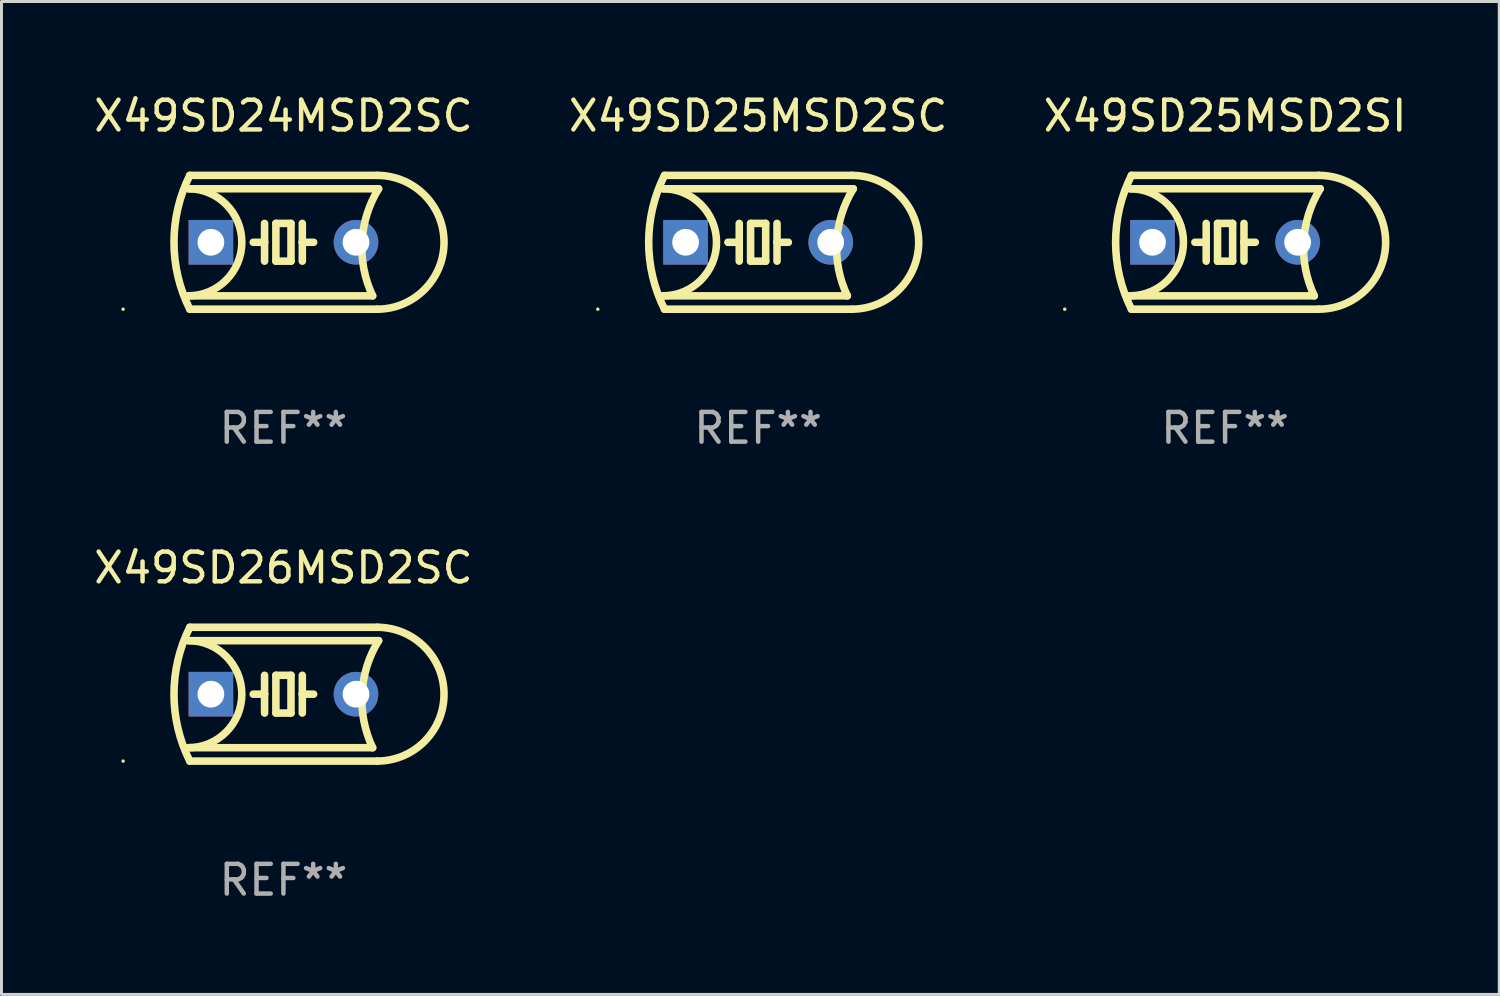
<source format=kicad_pcb>
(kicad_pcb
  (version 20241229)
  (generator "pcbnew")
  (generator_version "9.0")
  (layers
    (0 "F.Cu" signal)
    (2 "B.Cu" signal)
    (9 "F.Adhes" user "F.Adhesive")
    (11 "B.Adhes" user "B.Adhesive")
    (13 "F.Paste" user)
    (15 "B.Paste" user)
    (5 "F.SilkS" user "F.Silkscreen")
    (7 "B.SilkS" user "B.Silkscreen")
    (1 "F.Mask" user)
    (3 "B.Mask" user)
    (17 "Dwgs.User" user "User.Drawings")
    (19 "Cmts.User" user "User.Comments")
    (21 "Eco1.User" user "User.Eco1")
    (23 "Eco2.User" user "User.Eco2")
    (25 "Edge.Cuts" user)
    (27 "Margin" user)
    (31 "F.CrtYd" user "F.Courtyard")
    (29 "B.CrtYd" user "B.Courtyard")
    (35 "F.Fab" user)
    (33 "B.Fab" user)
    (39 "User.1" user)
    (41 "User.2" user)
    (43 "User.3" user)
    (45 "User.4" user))
  (footprint "X49SD26MSD2SC"
    (layer "F.Cu")
    (at 6.482 20.295)
    (property "Reference" "X49SD26MSD2SC" (at 0 -4.25 0) (layer "F.SilkS") (effects (font (size 1 1) (thickness 0.15))))
    (attr through_hole)
    (fp_line (start -3.2 -1.8) (end 3.2 -1.8) (stroke (width 0.254) (type solid)) (layer "F.SilkS"))
    (fp_line (start -3.15 2.25) (end 3.15 2.25) (stroke (width 0.254) (type solid)) (layer "F.SilkS"))
    (fp_line (start -0.635 -0.635) (end -0.635 0) (stroke (width 0.254) (type solid)) (layer "F.SilkS"))
    (fp_line (start -0.635 0) (end -1.016 0) (stroke (width 0.254) (type solid)) (layer "F.SilkS"))
    (fp_line (start -0.635 0) (end -0.635 0.635) (stroke (width 0.254) (type solid)) (layer "F.SilkS"))
    (fp_line (start -0.254 -0.635) (end -0.254 0.635) (stroke (width 0.254) (type solid)) (layer "F.SilkS"))
    (fp_line (start -0.254 0.635) (end 0.254 0.635) (stroke (width 0.254) (type solid)) (layer "F.SilkS"))
    (fp_line (start 0.254 -0.635) (end -0.254 -0.635) (stroke (width 0.254) (type solid)) (layer "F.SilkS"))
    (fp_line (start 0.254 0.635) (end 0.254 -0.635) (stroke (width 0.254) (type solid)) (layer "F.SilkS"))
    (fp_line (start 0.635 -0.635) (end 0.635 0) (stroke (width 0.254) (type solid)) (layer "F.SilkS"))
    (fp_line (start 0.635 0) (end 0.635 0.635) (stroke (width 0.254) (type solid)) (layer "F.SilkS"))
    (fp_line (start 0.635 0) (end 1.016 0) (stroke (width 0.254) (type solid)) (layer "F.SilkS"))
    (fp_line (start 3 1.8) (end -3.2 1.8) (stroke (width 0.254) (type solid)) (layer "F.SilkS"))
    (fp_line (start 3.15 -2.25) (end -3.15 -2.25) (stroke (width 0.254) (type solid)) (layer "F.SilkS"))
    (fp_arc (start -3.200406 -1.800864) (mid -1.399974 -0.000635) (end -3.2 1.8) (stroke (width 0.254001) (type solid)) (layer "F.SilkS"))
    (fp_arc (start -3.149606 2.250444) (mid -3.680941 0.000261) (end -3.149987 -2.250013) (stroke (width 0.254001) (type solid)) (layer "F.SilkS"))
    (fp_arc (start 2.999746 1.800863) (mid 2.642982 -0.024977) (end 3.2 -1.8) (stroke (width 0.254001) (type solid)) (layer "F.SilkS"))
    (fp_arc (start 3.149607 -2.250445) (mid 5.399848 -0.000406) (end 3.149987 2.250013) (stroke (width 0.254001) (type solid)) (layer "F.SilkS"))
    (fp_circle (center -5.392 2.25) (end -5.362 2.25) (stroke (width 0.06) (type solid)) (fill no) (layer "F.SilkS"))
    (fp_text user "REF**" (at 0 6.25 0) (layer "F.Fab") (effects (font (size 1 1) (thickness 0.15))))
    (pad "1" thru_hole rect (at -2.44 0) (size 1.5 1.5) (drill 0.9) (layers "*.Cu" "*.Mask"))
    (pad "2" thru_hole circle (at 2.44 0) (size 1.5 1.5) (drill 0.9) (layers "*.Cu" "*.Mask")))
  (footprint "X49SD25MSD2SI"
    (layer "F.Cu")
    (at 38.149 5.098)
    (property "Reference" "X49SD25MSD2SI" (at 0 -4.25 0) (layer "F.SilkS") (effects (font (size 1 1) (thickness 0.15))))
    (attr through_hole)
    (fp_line (start -3.2 -1.8) (end 3.2 -1.8) (stroke (width 0.254) (type solid)) (layer "F.SilkS"))
    (fp_line (start -3.15 2.25) (end 3.15 2.25) (stroke (width 0.254) (type solid)) (layer "F.SilkS"))
    (fp_line (start -0.635 -0.635) (end -0.635 0) (stroke (width 0.254) (type solid)) (layer "F.SilkS"))
    (fp_line (start -0.635 0) (end -1.016 0) (stroke (width 0.254) (type solid)) (layer "F.SilkS"))
    (fp_line (start -0.635 0) (end -0.635 0.635) (stroke (width 0.254) (type solid)) (layer "F.SilkS"))
    (fp_line (start -0.254 -0.635) (end -0.254 0.635) (stroke (width 0.254) (type solid)) (layer "F.SilkS"))
    (fp_line (start -0.254 0.635) (end 0.254 0.635) (stroke (width 0.254) (type solid)) (layer "F.SilkS"))
    (fp_line (start 0.254 -0.635) (end -0.254 -0.635) (stroke (width 0.254) (type solid)) (layer "F.SilkS"))
    (fp_line (start 0.254 0.635) (end 0.254 -0.635) (stroke (width 0.254) (type solid)) (layer "F.SilkS"))
    (fp_line (start 0.635 -0.635) (end 0.635 0) (stroke (width 0.254) (type solid)) (layer "F.SilkS"))
    (fp_line (start 0.635 0) (end 0.635 0.635) (stroke (width 0.254) (type solid)) (layer "F.SilkS"))
    (fp_line (start 0.635 0) (end 1.016 0) (stroke (width 0.254) (type solid)) (layer "F.SilkS"))
    (fp_line (start 3 1.8) (end -3.2 1.8) (stroke (width 0.254) (type solid)) (layer "F.SilkS"))
    (fp_line (start 3.15 -2.25) (end -3.15 -2.25) (stroke (width 0.254) (type solid)) (layer "F.SilkS"))
    (fp_arc (start -3.200406 -1.800864) (mid -1.399974 -0.000635) (end -3.2 1.8) (stroke (width 0.254001) (type solid)) (layer "F.SilkS"))
    (fp_arc (start -3.149606 2.250444) (mid -3.680941 0.000261) (end -3.149987 -2.250013) (stroke (width 0.254001) (type solid)) (layer "F.SilkS"))
    (fp_arc (start 2.999746 1.800863) (mid 2.642982 -0.024977) (end 3.2 -1.8) (stroke (width 0.254001) (type solid)) (layer "F.SilkS"))
    (fp_arc (start 3.149607 -2.250445) (mid 5.399848 -0.000406) (end 3.149987 2.250013) (stroke (width 0.254001) (type solid)) (layer "F.SilkS"))
    (fp_circle (center -5.392 2.25) (end -5.362 2.25) (stroke (width 0.06) (type solid)) (fill no) (layer "F.SilkS"))
    (fp_text user "REF**" (at 0 6.25 0) (layer "F.Fab") (effects (font (size 1 1) (thickness 0.15))))
    (pad "1" thru_hole rect (at -2.44 0) (size 1.5 1.5) (drill 0.9) (layers "*.Cu" "*.Mask"))
    (pad "2" thru_hole circle (at 2.44 0) (size 1.5 1.5) (drill 0.9) (layers "*.Cu" "*.Mask")))
  (footprint "X49SD25MSD2SC"
    (layer "F.Cu")
    (at 22.446 5.098)
    (property "Reference" "X49SD25MSD2SC" (at 0 -4.25 0) (layer "F.SilkS") (effects (font (size 1 1) (thickness 0.15))))
    (attr through_hole)
    (fp_line (start -3.2 -1.8) (end 3.2 -1.8) (stroke (width 0.254) (type solid)) (layer "F.SilkS"))
    (fp_line (start -3.15 2.25) (end 3.15 2.25) (stroke (width 0.254) (type solid)) (layer "F.SilkS"))
    (fp_line (start -0.635 -0.635) (end -0.635 0) (stroke (width 0.254) (type solid)) (layer "F.SilkS"))
    (fp_line (start -0.635 0) (end -1.016 0) (stroke (width 0.254) (type solid)) (layer "F.SilkS"))
    (fp_line (start -0.635 0) (end -0.635 0.635) (stroke (width 0.254) (type solid)) (layer "F.SilkS"))
    (fp_line (start -0.254 -0.635) (end -0.254 0.635) (stroke (width 0.254) (type solid)) (layer "F.SilkS"))
    (fp_line (start -0.254 0.635) (end 0.254 0.635) (stroke (width 0.254) (type solid)) (layer "F.SilkS"))
    (fp_line (start 0.254 -0.635) (end -0.254 -0.635) (stroke (width 0.254) (type solid)) (layer "F.SilkS"))
    (fp_line (start 0.254 0.635) (end 0.254 -0.635) (stroke (width 0.254) (type solid)) (layer "F.SilkS"))
    (fp_line (start 0.635 -0.635) (end 0.635 0) (stroke (width 0.254) (type solid)) (layer "F.SilkS"))
    (fp_line (start 0.635 0) (end 0.635 0.635) (stroke (width 0.254) (type solid)) (layer "F.SilkS"))
    (fp_line (start 0.635 0) (end 1.016 0) (stroke (width 0.254) (type solid)) (layer "F.SilkS"))
    (fp_line (start 3 1.8) (end -3.2 1.8) (stroke (width 0.254) (type solid)) (layer "F.SilkS"))
    (fp_line (start 3.15 -2.25) (end -3.15 -2.25) (stroke (width 0.254) (type solid)) (layer "F.SilkS"))
    (fp_arc (start -3.200406 -1.800864) (mid -1.399974 -0.000635) (end -3.2 1.8) (stroke (width 0.254001) (type solid)) (layer "F.SilkS"))
    (fp_arc (start -3.149606 2.250444) (mid -3.680941 0.000261) (end -3.149987 -2.250013) (stroke (width 0.254001) (type solid)) (layer "F.SilkS"))
    (fp_arc (start 2.999746 1.800863) (mid 2.642982 -0.024977) (end 3.2 -1.8) (stroke (width 0.254001) (type solid)) (layer "F.SilkS"))
    (fp_arc (start 3.149607 -2.250445) (mid 5.399848 -0.000406) (end 3.149987 2.250013) (stroke (width 0.254001) (type solid)) (layer "F.SilkS"))
    (fp_circle (center -5.392 2.25) (end -5.362 2.25) (stroke (width 0.06) (type solid)) (fill no) (layer "F.SilkS"))
    (fp_text user "REF**" (at 0 6.25 0) (layer "F.Fab") (effects (font (size 1 1) (thickness 0.15))))
    (pad "1" thru_hole rect (at -2.44 0) (size 1.5 1.5) (drill 0.9) (layers "*.Cu" "*.Mask"))
    (pad "2" thru_hole circle (at 2.44 0) (size 1.5 1.5) (drill 0.9) (layers "*.Cu" "*.Mask")))
  (footprint "X49SD24MSD2SC"
    (layer "F.Cu")
    (at 6.482 5.098)
    (property "Reference" "X49SD24MSD2SC" (at 0 -4.25 0) (layer "F.SilkS") (effects (font (size 1 1) (thickness 0.15))))
    (attr through_hole)
    (fp_line (start -3.2 -1.8) (end 3.2 -1.8) (stroke (width 0.254) (type solid)) (layer "F.SilkS"))
    (fp_line (start -3.15 2.25) (end 3.15 2.25) (stroke (width 0.254) (type solid)) (layer "F.SilkS"))
    (fp_line (start -0.635 -0.635) (end -0.635 0) (stroke (width 0.254) (type solid)) (layer "F.SilkS"))
    (fp_line (start -0.635 0) (end -1.016 0) (stroke (width 0.254) (type solid)) (layer "F.SilkS"))
    (fp_line (start -0.635 0) (end -0.635 0.635) (stroke (width 0.254) (type solid)) (layer "F.SilkS"))
    (fp_line (start -0.254 -0.635) (end -0.254 0.635) (stroke (width 0.254) (type solid)) (layer "F.SilkS"))
    (fp_line (start -0.254 0.635) (end 0.254 0.635) (stroke (width 0.254) (type solid)) (layer "F.SilkS"))
    (fp_line (start 0.254 -0.635) (end -0.254 -0.635) (stroke (width 0.254) (type solid)) (layer "F.SilkS"))
    (fp_line (start 0.254 0.635) (end 0.254 -0.635) (stroke (width 0.254) (type solid)) (layer "F.SilkS"))
    (fp_line (start 0.635 -0.635) (end 0.635 0) (stroke (width 0.254) (type solid)) (layer "F.SilkS"))
    (fp_line (start 0.635 0) (end 0.635 0.635) (stroke (width 0.254) (type solid)) (layer "F.SilkS"))
    (fp_line (start 0.635 0) (end 1.016 0) (stroke (width 0.254) (type solid)) (layer "F.SilkS"))
    (fp_line (start 3 1.8) (end -3.2 1.8) (stroke (width 0.254) (type solid)) (layer "F.SilkS"))
    (fp_line (start 3.15 -2.25) (end -3.15 -2.25) (stroke (width 0.254) (type solid)) (layer "F.SilkS"))
    (fp_arc (start -3.200406 -1.800864) (mid -1.399974 -0.000635) (end -3.2 1.8) (stroke (width 0.254001) (type solid)) (layer "F.SilkS"))
    (fp_arc (start -3.149606 2.250444) (mid -3.680941 0.000261) (end -3.149987 -2.250013) (stroke (width 0.254001) (type solid)) (layer "F.SilkS"))
    (fp_arc (start 2.999746 1.800863) (mid 2.642982 -0.024977) (end 3.2 -1.8) (stroke (width 0.254001) (type solid)) (layer "F.SilkS"))
    (fp_arc (start 3.149607 -2.250445) (mid 5.399848 -0.000406) (end 3.149987 2.250013) (stroke (width 0.254001) (type solid)) (layer "F.SilkS"))
    (fp_circle (center -5.392 2.25) (end -5.362 2.25) (stroke (width 0.06) (type solid)) (fill no) (layer "F.SilkS"))
    (fp_text user "REF**" (at 0 6.25 0) (layer "F.Fab") (effects (font (size 1 1) (thickness 0.15))))
    (pad "1" thru_hole rect (at -2.44 0) (size 1.5 1.5) (drill 0.9) (layers "*.Cu" "*.Mask"))
    (pad "2" thru_hole circle (at 2.44 0) (size 1.5 1.5) (drill 0.9) (layers "*.Cu" "*.Mask")))
  (gr_rect
    (start -3 -3)
    (end 47.369 30.393)
    (stroke (width 0.1) (type default))
    (fill no)
    (layer "Edge.Cuts")))
</source>
